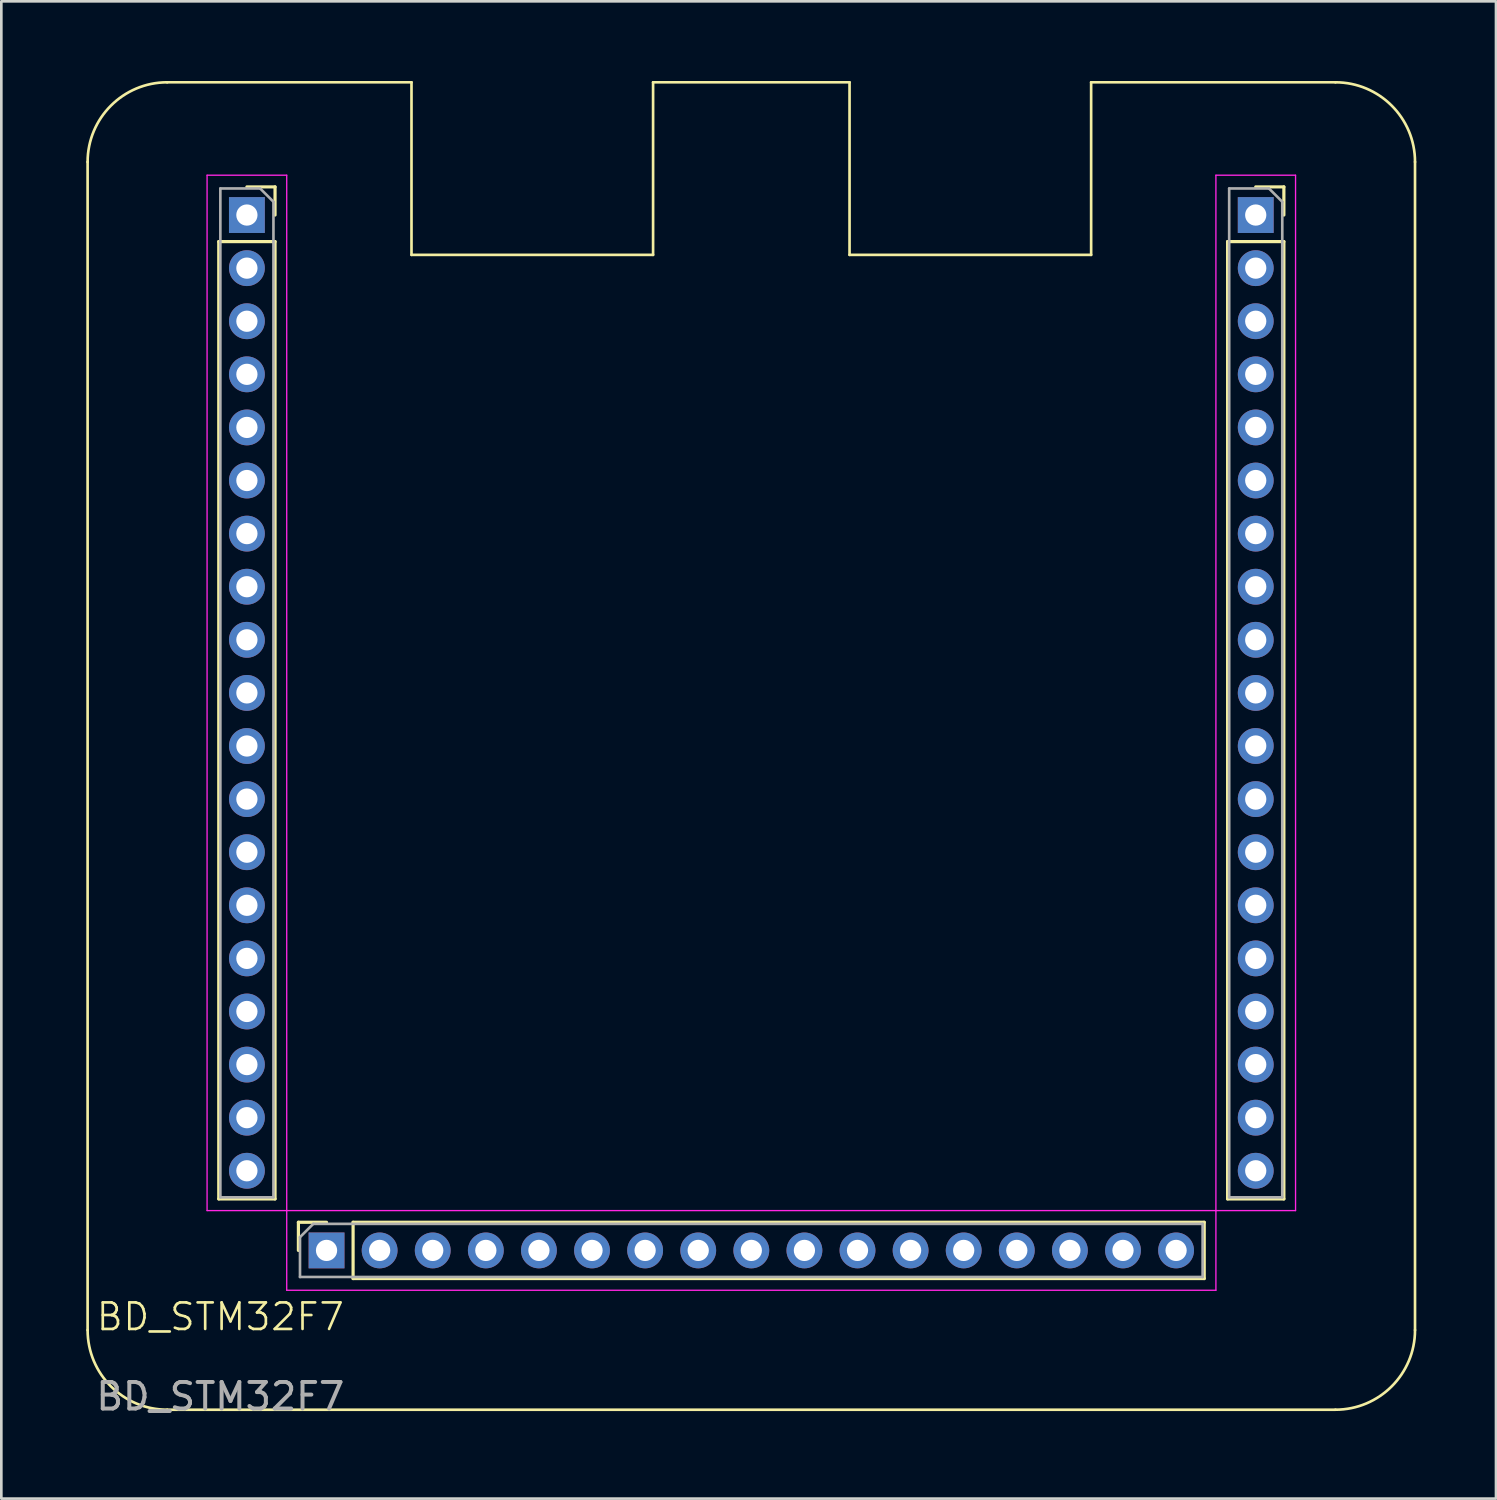
<source format=kicad_pcb>
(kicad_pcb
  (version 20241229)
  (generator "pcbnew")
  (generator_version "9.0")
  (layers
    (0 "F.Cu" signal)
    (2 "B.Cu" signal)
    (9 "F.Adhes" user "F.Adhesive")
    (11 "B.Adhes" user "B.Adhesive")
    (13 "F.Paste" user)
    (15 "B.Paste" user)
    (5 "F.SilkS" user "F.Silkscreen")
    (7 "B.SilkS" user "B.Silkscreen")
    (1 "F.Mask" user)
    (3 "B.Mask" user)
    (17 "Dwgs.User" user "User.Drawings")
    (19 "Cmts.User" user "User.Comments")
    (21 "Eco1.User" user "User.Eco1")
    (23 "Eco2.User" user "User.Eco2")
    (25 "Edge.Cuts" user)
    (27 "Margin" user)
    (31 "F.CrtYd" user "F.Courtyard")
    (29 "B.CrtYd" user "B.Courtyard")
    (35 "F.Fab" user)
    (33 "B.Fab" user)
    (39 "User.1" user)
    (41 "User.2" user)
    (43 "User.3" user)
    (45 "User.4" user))
  (footprint "BD_STM32F7"
    (layer "F.Cu")
    (at 0.25 50.05)
    (property "Reference" "BD_STM32F7" (at 5 -3.5 0) (unlocked yes) (layer "F.SilkS") (effects (font (size 1 1) (thickness 0.1))))
    (attr through_hole)
    (fp_line (start 0 -47) (end 0 -3) (stroke (width 0.1) (type default)) (layer "F.SilkS"))
    (fp_line (start 3 0) (end 47 0) (stroke (width 0.1) (type default)) (layer "F.SilkS"))
    (fp_line (start 4.94 -44) (end 4.94 -7.94) (stroke (width 0.12) (type solid)) (layer "F.SilkS"))
    (fp_line (start 4.94 -44) (end 7.06 -44) (stroke (width 0.12) (type solid)) (layer "F.SilkS"))
    (fp_line (start 4.94 -7.94) (end 7.06 -7.94) (stroke (width 0.12) (type solid)) (layer "F.SilkS"))
    (fp_line (start 6 -46.06) (end 7.06 -46.06) (stroke (width 0.12) (type solid)) (layer "F.SilkS"))
    (fp_line (start 7.06 -46.06) (end 7.06 -45) (stroke (width 0.12) (type solid)) (layer "F.SilkS"))
    (fp_line (start 7.06 -44) (end 7.06 -7.94) (stroke (width 0.12) (type solid)) (layer "F.SilkS"))
    (fp_line (start 7.94 -7.06) (end 9 -7.06) (stroke (width 0.12) (type solid)) (layer "F.SilkS"))
    (fp_line (start 7.94 -6) (end 7.94 -7.06) (stroke (width 0.12) (type solid)) (layer "F.SilkS"))
    (fp_line (start 10 -7.06) (end 42.06 -7.06) (stroke (width 0.12) (type solid)) (layer "F.SilkS"))
    (fp_line (start 10 -4.94) (end 10 -7.06) (stroke (width 0.12) (type solid)) (layer "F.SilkS"))
    (fp_line (start 10 -4.94) (end 42.06 -4.94) (stroke (width 0.12) (type solid)) (layer "F.SilkS"))
    (fp_line (start 12.2 -50) (end 3 -50) (stroke (width 0.1) (type default)) (layer "F.SilkS"))
    (fp_line (start 12.2 -50) (end 12.2 -43.5) (stroke (width 0.1) (type default)) (layer "F.SilkS"))
    (fp_line (start 12.2 -43.5) (end 21.3 -43.5) (stroke (width 0.1) (type default)) (layer "F.SilkS"))
    (fp_line (start 21.3 -43.5) (end 21.3 -50) (stroke (width 0.1) (type default)) (layer "F.SilkS"))
    (fp_line (start 28.7 -50) (end 21.3 -50) (stroke (width 0.1) (type default)) (layer "F.SilkS"))
    (fp_line (start 28.7 -50) (end 28.7 -43.5) (stroke (width 0.1) (type default)) (layer "F.SilkS"))
    (fp_line (start 28.7 -43.5) (end 37.8 -43.5) (stroke (width 0.1) (type default)) (layer "F.SilkS"))
    (fp_line (start 37.8 -43.5) (end 37.8 -50) (stroke (width 0.1) (type default)) (layer "F.SilkS"))
    (fp_line (start 42.06 -4.94) (end 42.06 -7.06) (stroke (width 0.12) (type solid)) (layer "F.SilkS"))
    (fp_line (start 42.94 -44) (end 42.94 -7.94) (stroke (width 0.12) (type solid)) (layer "F.SilkS"))
    (fp_line (start 42.94 -44) (end 45.06 -44) (stroke (width 0.12) (type solid)) (layer "F.SilkS"))
    (fp_line (start 42.94 -7.94) (end 45.06 -7.94) (stroke (width 0.12) (type solid)) (layer "F.SilkS"))
    (fp_line (start 44 -46.06) (end 45.06 -46.06) (stroke (width 0.12) (type solid)) (layer "F.SilkS"))
    (fp_line (start 45.06 -46.06) (end 45.06 -45) (stroke (width 0.12) (type solid)) (layer "F.SilkS"))
    (fp_line (start 45.06 -44) (end 45.06 -7.94) (stroke (width 0.12) (type solid)) (layer "F.SilkS"))
    (fp_line (start 47 -50) (end 37.8 -50) (stroke (width 0.1) (type default)) (layer "F.SilkS"))
    (fp_line (start 50 -3) (end 50 -47) (stroke (width 0.1) (type default)) (layer "F.SilkS"))
    (fp_arc (start 0 -47) (mid 0.87868 -49.12132) (end 3 -50) (stroke (width 0.1) (type default)) (layer "F.SilkS"))
    (fp_arc (start 3 0) (mid 0.87868 -0.87868) (end 0 -3) (stroke (width 0.1) (type default)) (layer "F.SilkS"))
    (fp_arc (start 47 -50) (mid 49.12132 -49.12132) (end 50 -47) (stroke (width 0.1) (type default)) (layer "F.SilkS"))
    (fp_arc (start 50 -3) (mid 49.12132 -0.87868) (end 47 0) (stroke (width 0.1) (type default)) (layer "F.SilkS"))
    (fp_line (start 4.5 -46.5) (end 7.5 -46.5) (stroke (width 0.05) (type solid)) (layer "F.CrtYd"))
    (fp_line (start 4.5 -7.5) (end 4.5 -46.5) (stroke (width 0.05) (type solid)) (layer "F.CrtYd"))
    (fp_line (start 7.5 -46.5) (end 7.5 -7.5) (stroke (width 0.05) (type solid)) (layer "F.CrtYd"))
    (fp_line (start 7.5 -7.5) (end 4.5 -7.5) (stroke (width 0.05) (type solid)) (layer "F.CrtYd"))
    (fp_line (start 7.5 -7.5) (end 42.5 -7.5) (stroke (width 0.05) (type solid)) (layer "F.CrtYd"))
    (fp_line (start 7.5 -4.5) (end 7.5 -7.5) (stroke (width 0.05) (type solid)) (layer "F.CrtYd"))
    (fp_line (start 42.5 -46.5) (end 45.5 -46.5) (stroke (width 0.05) (type solid)) (layer "F.CrtYd"))
    (fp_line (start 42.5 -7.5) (end 42.5 -46.5) (stroke (width 0.05) (type solid)) (layer "F.CrtYd"))
    (fp_line (start 42.5 -7.5) (end 42.5 -4.5) (stroke (width 0.05) (type solid)) (layer "F.CrtYd"))
    (fp_line (start 42.5 -4.5) (end 7.5 -4.5) (stroke (width 0.05) (type solid)) (layer "F.CrtYd"))
    (fp_line (start 45.5 -46.5) (end 45.5 -7.5) (stroke (width 0.05) (type solid)) (layer "F.CrtYd"))
    (fp_line (start 45.5 -7.5) (end 42.5 -7.5) (stroke (width 0.05) (type solid)) (layer "F.CrtYd"))
    (fp_line (start 5 -46) (end 6.5 -46) (stroke (width 0.1) (type solid)) (layer "F.Fab"))
    (fp_line (start 5 -8) (end 5 -46) (stroke (width 0.1) (type solid)) (layer "F.Fab"))
    (fp_line (start 6.5 -46) (end 7 -45.5) (stroke (width 0.1) (type solid)) (layer "F.Fab"))
    (fp_line (start 7 -45.5) (end 7 -8) (stroke (width 0.1) (type solid)) (layer "F.Fab"))
    (fp_line (start 7 -8) (end 5 -8) (stroke (width 0.1) (type solid)) (layer "F.Fab"))
    (fp_line (start 8 -6.5) (end 8.5 -7) (stroke (width 0.1) (type solid)) (layer "F.Fab"))
    (fp_line (start 8 -5) (end 8 -6.5) (stroke (width 0.1) (type solid)) (layer "F.Fab"))
    (fp_line (start 8.5 -7) (end 42 -7) (stroke (width 0.1) (type solid)) (layer "F.Fab"))
    (fp_line (start 42 -7) (end 42 -5) (stroke (width 0.1) (type solid)) (layer "F.Fab"))
    (fp_line (start 42 -5) (end 8 -5) (stroke (width 0.1) (type solid)) (layer "F.Fab"))
    (fp_line (start 43 -46) (end 44.5 -46) (stroke (width 0.1) (type solid)) (layer "F.Fab"))
    (fp_line (start 43 -8) (end 43 -46) (stroke (width 0.1) (type solid)) (layer "F.Fab"))
    (fp_line (start 44.5 -46) (end 45 -45.5) (stroke (width 0.1) (type solid)) (layer "F.Fab"))
    (fp_line (start 45 -45.5) (end 45 -8) (stroke (width 0.1) (type solid)) (layer "F.Fab"))
    (fp_line (start 45 -8) (end 43 -8) (stroke (width 0.1) (type solid)) (layer "F.Fab"))
    (fp_text user "${REFERENCE}" (at 5 -0.5 0) (unlocked yes) (layer "F.Fab") (effects (font (size 1 1) (thickness 0.15))))
    (pad "1" thru_hole rect (at 6 -45 180) (size 1.35 1.35) (drill 0.8) (layers "*.Cu" "*.Mask"))
    (pad "2" thru_hole oval (at 6 -43 180) (size 1.35 1.35) (drill 0.8) (layers "*.Cu" "*.Mask"))
    (pad "3" thru_hole oval (at 6 -41 180) (size 1.35 1.35) (drill 0.8) (layers "*.Cu" "*.Mask"))
    (pad "4" thru_hole oval (at 6 -39 180) (size 1.35 1.35) (drill 0.8) (layers "*.Cu" "*.Mask"))
    (pad "5" thru_hole oval (at 6 -37 180) (size 1.35 1.35) (drill 0.8) (layers "*.Cu" "*.Mask"))
    (pad "6" thru_hole oval (at 6 -35 180) (size 1.35 1.35) (drill 0.8) (layers "*.Cu" "*.Mask"))
    (pad "7" thru_hole oval (at 6 -33 180) (size 1.35 1.35) (drill 0.8) (layers "*.Cu" "*.Mask"))
    (pad "8" thru_hole oval (at 6 -31 180) (size 1.35 1.35) (drill 0.8) (layers "*.Cu" "*.Mask"))
    (pad "9" thru_hole oval (at 6 -29 180) (size 1.35 1.35) (drill 0.8) (layers "*.Cu" "*.Mask"))
    (pad "10" thru_hole oval (at 6 -27 180) (size 1.35 1.35) (drill 0.8) (layers "*.Cu" "*.Mask"))
    (pad "11" thru_hole oval (at 6 -25 180) (size 1.35 1.35) (drill 0.8) (layers "*.Cu" "*.Mask"))
    (pad "12" thru_hole oval (at 6 -23 180) (size 1.35 1.35) (drill 0.8) (layers "*.Cu" "*.Mask"))
    (pad "13" thru_hole oval (at 6 -21 180) (size 1.35 1.35) (drill 0.8) (layers "*.Cu" "*.Mask"))
    (pad "14" thru_hole oval (at 6 -19 180) (size 1.35 1.35) (drill 0.8) (layers "*.Cu" "*.Mask"))
    (pad "15" thru_hole oval (at 6 -17 180) (size 1.35 1.35) (drill 0.8) (layers "*.Cu" "*.Mask"))
    (pad "16" thru_hole oval (at 6 -15 180) (size 1.35 1.35) (drill 0.8) (layers "*.Cu" "*.Mask"))
    (pad "17" thru_hole oval (at 6 -13 180) (size 1.35 1.35) (drill 0.8) (layers "*.Cu" "*.Mask"))
    (pad "18" thru_hole oval (at 6 -11 180) (size 1.35 1.35) (drill 0.8) (layers "*.Cu" "*.Mask"))
    (pad "19" thru_hole oval (at 6 -9 180) (size 1.35 1.35) (drill 0.8) (layers "*.Cu" "*.Mask"))
    (pad "20" thru_hole rect (at 9 -6 270) (size 1.35 1.35) (drill 0.8) (layers "*.Cu" "*.Mask"))
    (pad "21" thru_hole oval (at 11 -6 270) (size 1.35 1.35) (drill 0.8) (layers "*.Cu" "*.Mask"))
    (pad "22" thru_hole oval (at 13 -6 270) (size 1.35 1.35) (drill 0.8) (layers "*.Cu" "*.Mask"))
    (pad "23" thru_hole oval (at 15 -6 270) (size 1.35 1.35) (drill 0.8) (layers "*.Cu" "*.Mask"))
    (pad "24" thru_hole oval (at 17 -6 270) (size 1.35 1.35) (drill 0.8) (layers "*.Cu" "*.Mask"))
    (pad "25" thru_hole oval (at 19 -6 270) (size 1.35 1.35) (drill 0.8) (layers "*.Cu" "*.Mask"))
    (pad "26" thru_hole oval (at 21 -6 270) (size 1.35 1.35) (drill 0.8) (layers "*.Cu" "*.Mask"))
    (pad "27" thru_hole oval (at 23 -6 270) (size 1.35 1.35) (drill 0.8) (layers "*.Cu" "*.Mask"))
    (pad "28" thru_hole oval (at 25 -6 270) (size 1.35 1.35) (drill 0.8) (layers "*.Cu" "*.Mask"))
    (pad "29" thru_hole oval (at 27 -6 270) (size 1.35 1.35) (drill 0.8) (layers "*.Cu" "*.Mask"))
    (pad "30" thru_hole oval (at 29 -6 270) (size 1.35 1.35) (drill 0.8) (layers "*.Cu" "*.Mask"))
    (pad "31" thru_hole oval (at 31 -6 270) (size 1.35 1.35) (drill 0.8) (layers "*.Cu" "*.Mask"))
    (pad "32" thru_hole oval (at 33 -6 270) (size 1.35 1.35) (drill 0.8) (layers "*.Cu" "*.Mask"))
    (pad "33" thru_hole oval (at 35 -6 270) (size 1.35 1.35) (drill 0.8) (layers "*.Cu" "*.Mask"))
    (pad "34" thru_hole oval (at 37 -6 270) (size 1.35 1.35) (drill 0.8) (layers "*.Cu" "*.Mask"))
    (pad "35" thru_hole oval (at 39 -6 270) (size 1.35 1.35) (drill 0.8) (layers "*.Cu" "*.Mask"))
    (pad "36" thru_hole oval (at 41 -6 270) (size 1.35 1.35) (drill 0.8) (layers "*.Cu" "*.Mask"))
    (pad "37" thru_hole rect (at 44 -45 180) (size 1.35 1.35) (drill 0.8) (layers "*.Cu" "*.Mask"))
    (pad "38" thru_hole oval (at 44 -43 180) (size 1.35 1.35) (drill 0.8) (layers "*.Cu" "*.Mask"))
    (pad "39" thru_hole oval (at 44 -41 180) (size 1.35 1.35) (drill 0.8) (layers "*.Cu" "*.Mask"))
    (pad "40" thru_hole oval (at 44 -39 180) (size 1.35 1.35) (drill 0.8) (layers "*.Cu" "*.Mask"))
    (pad "41" thru_hole oval (at 44 -37 180) (size 1.35 1.35) (drill 0.8) (layers "*.Cu" "*.Mask"))
    (pad "42" thru_hole oval (at 44 -35 180) (size 1.35 1.35) (drill 0.8) (layers "*.Cu" "*.Mask"))
    (pad "43" thru_hole oval (at 44 -33 180) (size 1.35 1.35) (drill 0.8) (layers "*.Cu" "*.Mask"))
    (pad "44" thru_hole oval (at 44 -31 180) (size 1.35 1.35) (drill 0.8) (layers "*.Cu" "*.Mask"))
    (pad "45" thru_hole oval (at 44 -29 180) (size 1.35 1.35) (drill 0.8) (layers "*.Cu" "*.Mask"))
    (pad "46" thru_hole oval (at 44 -27 180) (size 1.35 1.35) (drill 0.8) (layers "*.Cu" "*.Mask"))
    (pad "47" thru_hole oval (at 44 -25 180) (size 1.35 1.35) (drill 0.8) (layers "*.Cu" "*.Mask"))
    (pad "48" thru_hole oval (at 44 -23 180) (size 1.35 1.35) (drill 0.8) (layers "*.Cu" "*.Mask"))
    (pad "49" thru_hole oval (at 44 -21 180) (size 1.35 1.35) (drill 0.8) (layers "*.Cu" "*.Mask"))
    (pad "50" thru_hole oval (at 44 -19 180) (size 1.35 1.35) (drill 0.8) (layers "*.Cu" "*.Mask"))
    (pad "51" thru_hole oval (at 44 -17 180) (size 1.35 1.35) (drill 0.8) (layers "*.Cu" "*.Mask"))
    (pad "52" thru_hole oval (at 44 -15 180) (size 1.35 1.35) (drill 0.8) (layers "*.Cu" "*.Mask"))
    (pad "53" thru_hole oval (at 44 -13 180) (size 1.35 1.35) (drill 0.8) (layers "*.Cu" "*.Mask"))
    (pad "54" thru_hole oval (at 44 -11 180) (size 1.35 1.35) (drill 0.8) (layers "*.Cu" "*.Mask"))
    (pad "55" thru_hole oval (at 44 -9 180) (size 1.35 1.35) (drill 0.8) (layers "*.Cu" "*.Mask")))
  (gr_rect
    (start -3 -3)
    (end 53.3 53.398)
    (stroke (width 0.1) (type default))
    (fill no)
    (layer "Edge.Cuts")))
</source>
